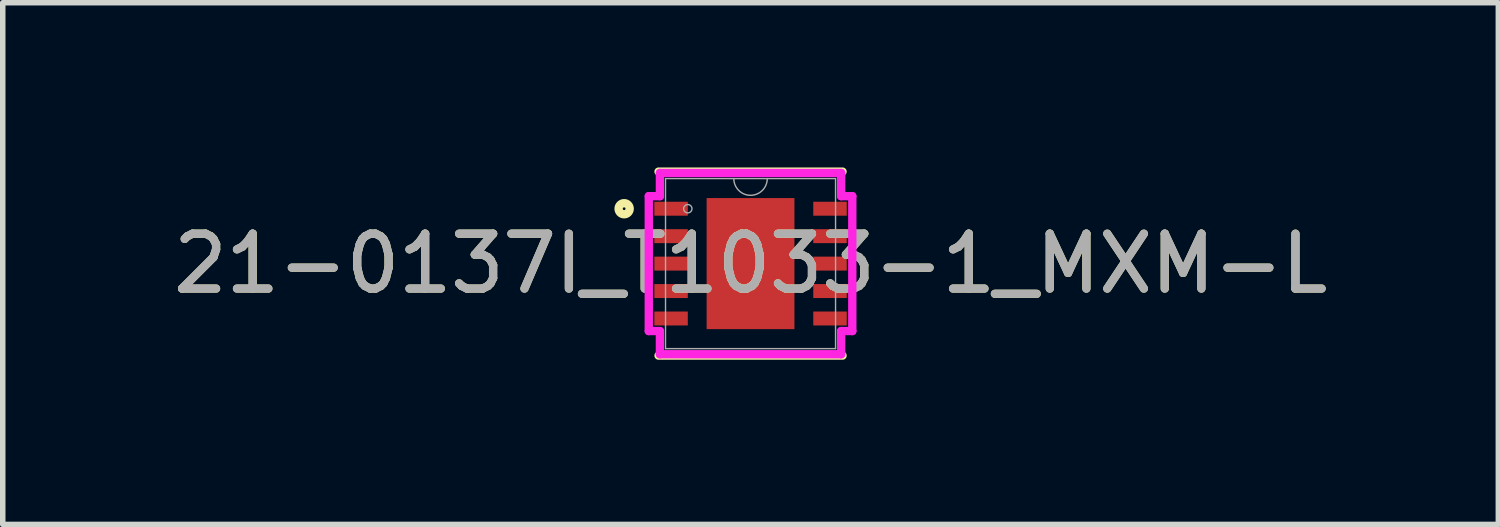
<source format=kicad_pcb>
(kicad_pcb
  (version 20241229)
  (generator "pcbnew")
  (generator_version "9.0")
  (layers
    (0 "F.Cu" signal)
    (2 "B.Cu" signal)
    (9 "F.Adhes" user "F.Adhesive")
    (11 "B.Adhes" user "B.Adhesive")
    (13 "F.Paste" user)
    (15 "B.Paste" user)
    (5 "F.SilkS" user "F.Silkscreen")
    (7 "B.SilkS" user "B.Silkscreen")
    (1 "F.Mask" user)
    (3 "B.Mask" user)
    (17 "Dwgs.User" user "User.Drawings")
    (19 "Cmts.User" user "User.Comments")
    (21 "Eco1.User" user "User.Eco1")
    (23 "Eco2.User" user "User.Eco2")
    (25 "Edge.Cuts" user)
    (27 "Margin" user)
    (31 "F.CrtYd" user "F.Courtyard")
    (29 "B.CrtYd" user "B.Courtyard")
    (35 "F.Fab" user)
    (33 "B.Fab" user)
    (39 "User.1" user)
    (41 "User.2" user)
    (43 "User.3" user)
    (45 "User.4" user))
  (footprint "21-0137I_T1033-1_MXM-L"
    (layer "F.Cu")
    (at 10.625 1.753)
    (property "Reference" "21-0137I_T1033-1_MXM-L" (at 0 0 0) (unlocked yes) (layer "F.SilkS") (effects (font (size 1 1) (thickness 0.15))))
    (attr smd)
    (fp_line (start -1.676 1.676) (end 1.676 1.676) (stroke (width 0.152) (type solid)) (layer "F.SilkS"))
    (fp_line (start 1.676 -1.676) (end -1.676 -1.676) (stroke (width 0.152) (type solid)) (layer "F.SilkS"))
    (fp_circle (center -2.303 -1) (end -2.202 -1) (stroke (width 0.152) (type solid)) (fill no) (layer "F.SilkS"))
    (fp_line (start -1.854 -1.229) (end -1.651 -1.229) (stroke (width 0.152) (type solid)) (layer "F.CrtYd"))
    (fp_line (start -1.854 1.229) (end -1.854 -1.229) (stroke (width 0.152) (type solid)) (layer "F.CrtYd"))
    (fp_line (start -1.854 1.229) (end -1.651 1.229) (stroke (width 0.152) (type solid)) (layer "F.CrtYd"))
    (fp_line (start -1.651 -1.651) (end 1.651 -1.651) (stroke (width 0.152) (type solid)) (layer "F.CrtYd"))
    (fp_line (start -1.651 -1.229) (end -1.651 -1.651) (stroke (width 0.152) (type solid)) (layer "F.CrtYd"))
    (fp_line (start -1.651 1.651) (end -1.651 1.229) (stroke (width 0.152) (type solid)) (layer "F.CrtYd"))
    (fp_line (start 1.651 -1.651) (end 1.651 -1.229) (stroke (width 0.152) (type solid)) (layer "F.CrtYd"))
    (fp_line (start 1.651 1.229) (end 1.651 1.651) (stroke (width 0.152) (type solid)) (layer "F.CrtYd"))
    (fp_line (start 1.651 1.651) (end -1.651 1.651) (stroke (width 0.152) (type solid)) (layer "F.CrtYd"))
    (fp_line (start 1.854 -1.229) (end 1.651 -1.229) (stroke (width 0.152) (type solid)) (layer "F.CrtYd"))
    (fp_line (start 1.854 -1.229) (end 1.854 1.229) (stroke (width 0.152) (type solid)) (layer "F.CrtYd"))
    (fp_line (start 1.854 1.229) (end 1.651 1.229) (stroke (width 0.152) (type solid)) (layer "F.CrtYd"))
    (fp_line (start -1.549 -1.549) (end -1.549 1.549) (stroke (width 0.025) (type solid)) (layer "F.Fab"))
    (fp_line (start -1.549 1.549) (end 1.549 1.549) (stroke (width 0.025) (type solid)) (layer "F.Fab"))
    (fp_line (start 1.549 -1.549) (end -1.549 -1.549) (stroke (width 0.025) (type solid)) (layer "F.Fab"))
    (fp_line (start 1.549 1.549) (end 1.549 -1.549) (stroke (width 0.025) (type solid)) (layer "F.Fab"))
    (fp_arc (start 0.3048 -1.5494) (mid 0 -1.2446) (end -0.3048 -1.5494) (stroke (width 0.0254) (type solid)) (layer "F.Fab"))
    (fp_circle (center -1.143 -1) (end -1.067 -1) (stroke (width 0.025) (type solid)) (fill no) (layer "F.Fab"))
    (fp_text user "${REFERENCE}" (at 0 0 0) (unlocked yes) (layer "F.Fab") (effects (font (size 1 1) (thickness 0.15))))
    (pad "1" smd rect (at -1.448 -1) (size 0.61 0.254) (layers "F.Cu" "F.Mask" "F.Paste"))
    (pad "2" smd rect (at -1.448 -0.5) (size 0.61 0.254) (layers "F.Cu" "F.Mask" "F.Paste"))
    (pad "3" smd rect (at -1.448 0) (size 0.61 0.254) (layers "F.Cu" "F.Mask" "F.Paste"))
    (pad "4" smd rect (at -1.448 0.5) (size 0.61 0.254) (layers "F.Cu" "F.Mask" "F.Paste"))
    (pad "5" smd rect (at -1.448 1) (size 0.61 0.254) (layers "F.Cu" "F.Mask" "F.Paste"))
    (pad "6" smd rect (at 1.448 1) (size 0.61 0.254) (layers "F.Cu" "F.Mask" "F.Paste"))
    (pad "7" smd rect (at 1.448 0.5) (size 0.61 0.254) (layers "F.Cu" "F.Mask" "F.Paste"))
    (pad "8" smd rect (at 1.448 0) (size 0.61 0.254) (layers "F.Cu" "F.Mask" "F.Paste"))
    (pad "9" smd rect (at 1.448 -0.5) (size 0.61 0.254) (layers "F.Cu" "F.Mask" "F.Paste"))
    (pad "10" smd rect (at 1.448 -1) (size 0.61 0.254) (layers "F.Cu" "F.Mask" "F.Paste"))
    (pad "11" smd rect (at 0 0) (size 1.6 2.388) (layers "F.Cu" "F.Mask" "F.Paste")))
  (gr_rect
    (start -3 -3)
    (end 24.25 6.505)
    (stroke (width 0.1) (type default))
    (fill no)
    (layer "Edge.Cuts")))
</source>
